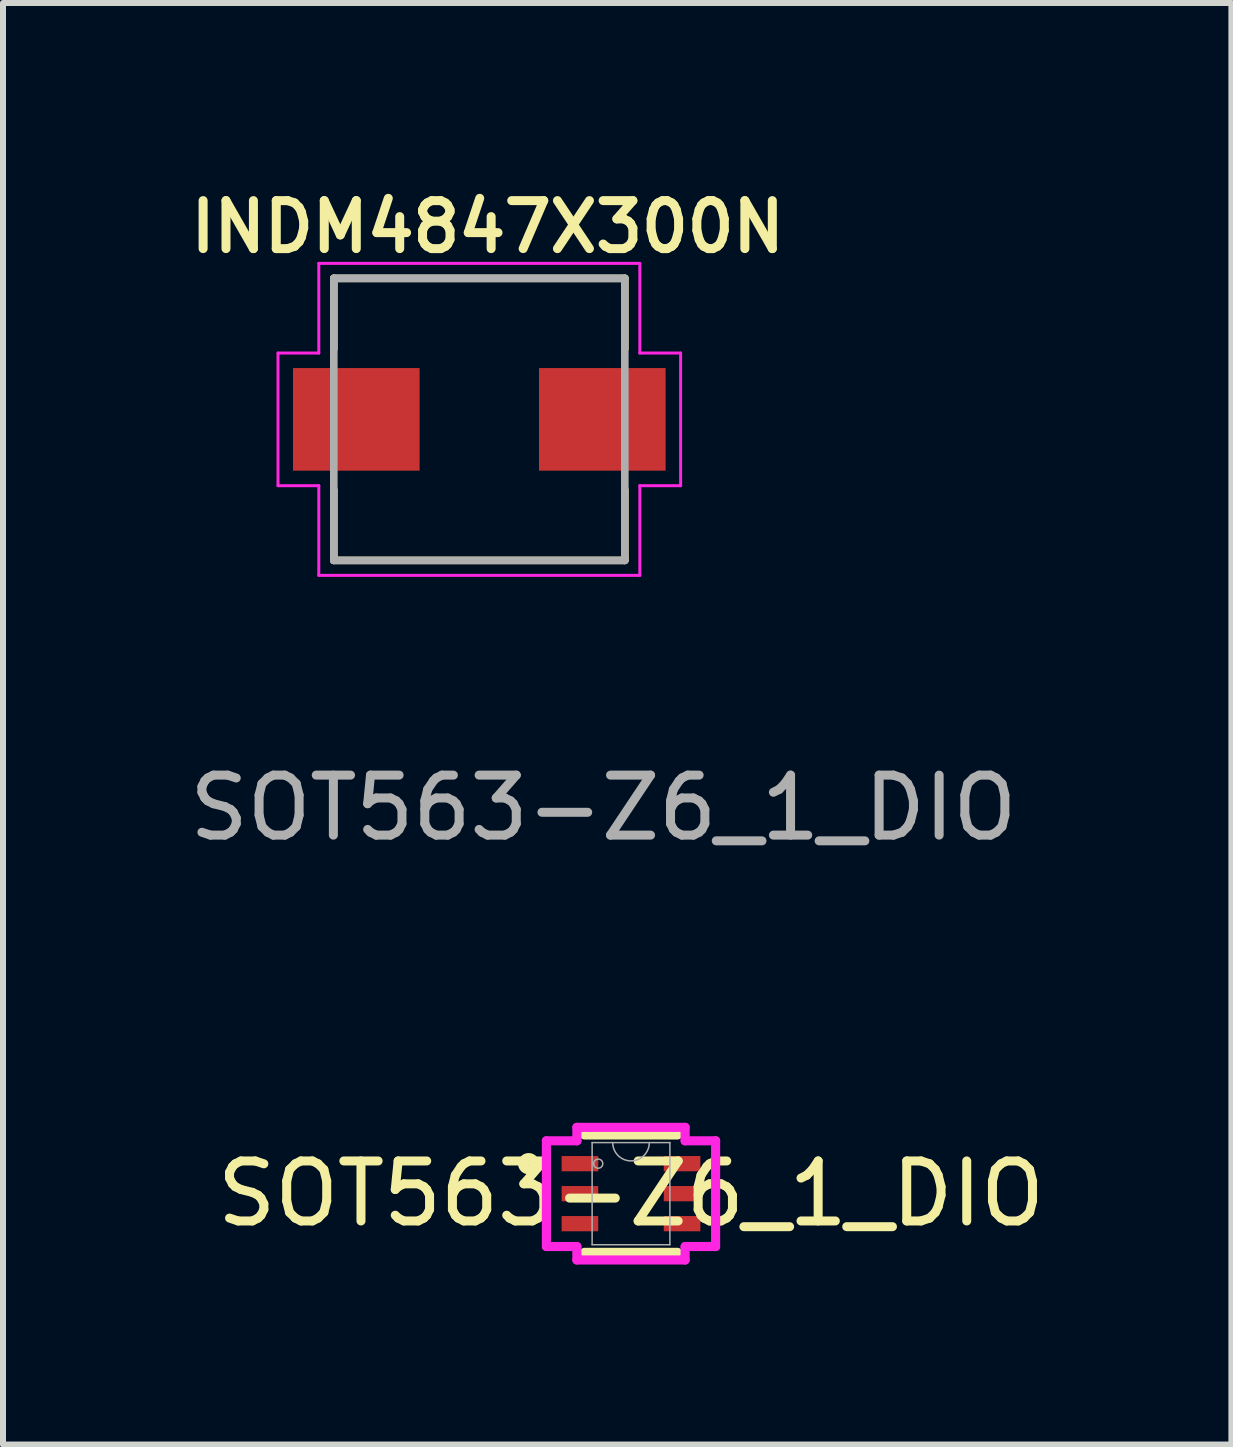
<source format=kicad_pcb>
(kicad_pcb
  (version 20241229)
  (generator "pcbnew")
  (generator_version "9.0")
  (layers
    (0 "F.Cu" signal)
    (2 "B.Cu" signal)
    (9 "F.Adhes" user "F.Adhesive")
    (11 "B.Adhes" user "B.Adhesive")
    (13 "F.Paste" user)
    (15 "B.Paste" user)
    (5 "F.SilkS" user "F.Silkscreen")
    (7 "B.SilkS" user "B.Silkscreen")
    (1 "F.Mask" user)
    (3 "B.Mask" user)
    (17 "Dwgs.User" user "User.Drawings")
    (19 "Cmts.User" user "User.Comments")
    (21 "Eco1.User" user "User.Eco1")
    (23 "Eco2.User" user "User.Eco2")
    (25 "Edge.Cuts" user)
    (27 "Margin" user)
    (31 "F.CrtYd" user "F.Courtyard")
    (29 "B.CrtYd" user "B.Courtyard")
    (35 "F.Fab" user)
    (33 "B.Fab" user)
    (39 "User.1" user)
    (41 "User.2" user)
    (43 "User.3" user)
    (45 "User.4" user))
  (footprint "INDM4847X300N"
    (layer "F.Cu")
    (at 4.938 3.939)
    (property "Reference" "INDM4847X300N" (at 0.14 -3.208 0) (layer "F.SilkS") (effects (font (size 0.8 0.8) (thickness 0.15))))
    (attr smd)
    (fp_line (start -2.425 -2.35) (end 2.425 -2.35) (stroke (width 0.127) (type solid)) (layer "F.SilkS"))
    (fp_line (start -2.425 -1.175) (end -2.425 -2.35) (stroke (width 0.127) (type solid)) (layer "F.SilkS"))
    (fp_line (start -2.425 2.35) (end -2.425 1.175) (stroke (width 0.127) (type solid)) (layer "F.SilkS"))
    (fp_line (start 2.425 -2.35) (end 2.425 -1.175) (stroke (width 0.127) (type solid)) (layer "F.SilkS"))
    (fp_line (start 2.425 1.175) (end 2.425 2.35) (stroke (width 0.127) (type solid)) (layer "F.SilkS"))
    (fp_line (start 2.425 2.35) (end -2.425 2.35) (stroke (width 0.127) (type solid)) (layer "F.SilkS"))
    (fp_line (start -3.355 -1.105) (end -3.355 1.105) (stroke (width 0.05) (type solid)) (layer "F.CrtYd"))
    (fp_line (start -3.355 1.105) (end -2.675 1.105) (stroke (width 0.05) (type solid)) (layer "F.CrtYd"))
    (fp_line (start -2.675 -2.6) (end 2.675 -2.6) (stroke (width 0.05) (type solid)) (layer "F.CrtYd"))
    (fp_line (start -2.675 -1.105) (end -3.355 -1.105) (stroke (width 0.05) (type solid)) (layer "F.CrtYd"))
    (fp_line (start -2.675 -1.105) (end -2.675 -2.6) (stroke (width 0.05) (type solid)) (layer "F.CrtYd"))
    (fp_line (start -2.675 1.105) (end -2.675 2.6) (stroke (width 0.05) (type solid)) (layer "F.CrtYd"))
    (fp_line (start -2.675 2.6) (end 2.675 2.6) (stroke (width 0.05) (type solid)) (layer "F.CrtYd"))
    (fp_line (start 2.675 -1.105) (end 2.675 -2.6) (stroke (width 0.05) (type solid)) (layer "F.CrtYd"))
    (fp_line (start 2.675 1.105) (end 3.355 1.105) (stroke (width 0.05) (type solid)) (layer "F.CrtYd"))
    (fp_line (start 2.675 2.6) (end 2.675 1.105) (stroke (width 0.05) (type solid)) (layer "F.CrtYd"))
    (fp_line (start 3.355 -1.105) (end 2.675 -1.105) (stroke (width 0.05) (type solid)) (layer "F.CrtYd"))
    (fp_line (start 3.355 1.105) (end 3.355 -1.105) (stroke (width 0.05) (type solid)) (layer "F.CrtYd"))
    (fp_line (start -2.425 -2.35) (end 2.425 -2.35) (stroke (width 0.127) (type solid)) (layer "F.Fab"))
    (fp_line (start -2.425 2.35) (end -2.425 -2.35) (stroke (width 0.127) (type solid)) (layer "F.Fab"))
    (fp_line (start 2.425 -2.35) (end 2.425 2.35) (stroke (width 0.127) (type solid)) (layer "F.Fab"))
    (fp_line (start 2.425 2.35) (end -2.425 2.35) (stroke (width 0.127) (type solid)) (layer "F.Fab"))
    (pad "1" smd rect (at -2.05 0) (size 2.11 1.71) (layers "F.Cu" "F.Mask" "F.Paste"))
    (pad "2" smd rect (at 2.05 0) (size 2.11 1.71) (layers "F.Cu" "F.Mask" "F.Paste")))
  (footprint "SOT563-Z6_1_DIO"
    (layer "F.Cu")
    (at 7.466 16.843)
    (property "Reference" "SOT563-Z6_1_DIO" (at 0 0 0) (unlocked yes) (layer "F.SilkS") (effects (font (size 1 1) (thickness 0.15))))
    (attr smd)
    (fp_line (start -0.775 0.978) (end 0.775 0.978) (stroke (width 0.152) (type solid)) (layer "F.SilkS"))
    (fp_line (start 0.775 -0.978) (end -0.775 -0.978) (stroke (width 0.152) (type solid)) (layer "F.SilkS"))
    (fp_circle (center -1.706 -0.5) (end -1.605 -0.5) (stroke (width 0.152) (type solid)) (fill no) (layer "F.SilkS"))
    (fp_line (start -1.41 -0.881) (end -0.902 -0.881) (stroke (width 0.152) (type solid)) (layer "F.CrtYd"))
    (fp_line (start -1.41 0.881) (end -1.41 -0.881) (stroke (width 0.152) (type solid)) (layer "F.CrtYd"))
    (fp_line (start -1.41 0.881) (end -0.902 0.881) (stroke (width 0.152) (type solid)) (layer "F.CrtYd"))
    (fp_line (start -0.902 -1.105) (end 0.902 -1.105) (stroke (width 0.152) (type solid)) (layer "F.CrtYd"))
    (fp_line (start -0.902 -0.881) (end -0.902 -1.105) (stroke (width 0.152) (type solid)) (layer "F.CrtYd"))
    (fp_line (start -0.902 1.105) (end -0.902 0.881) (stroke (width 0.152) (type solid)) (layer "F.CrtYd"))
    (fp_line (start 0.902 -1.105) (end 0.902 -0.881) (stroke (width 0.152) (type solid)) (layer "F.CrtYd"))
    (fp_line (start 0.902 0.881) (end 0.902 1.105) (stroke (width 0.152) (type solid)) (layer "F.CrtYd"))
    (fp_line (start 0.902 1.105) (end -0.902 1.105) (stroke (width 0.152) (type solid)) (layer "F.CrtYd"))
    (fp_line (start 1.41 -0.881) (end 0.902 -0.881) (stroke (width 0.152) (type solid)) (layer "F.CrtYd"))
    (fp_line (start 1.41 -0.881) (end 1.41 0.881) (stroke (width 0.152) (type solid)) (layer "F.CrtYd"))
    (fp_line (start 1.41 0.881) (end 0.902 0.881) (stroke (width 0.152) (type solid)) (layer "F.CrtYd"))
    (fp_line (start -0.648 -0.851) (end -0.648 0.851) (stroke (width 0.025) (type solid)) (layer "F.Fab"))
    (fp_line (start -0.648 0.851) (end 0.648 0.851) (stroke (width 0.025) (type solid)) (layer "F.Fab"))
    (fp_line (start 0.648 -0.851) (end -0.648 -0.851) (stroke (width 0.025) (type solid)) (layer "F.Fab"))
    (fp_line (start 0.648 0.851) (end 0.648 -0.851) (stroke (width 0.025) (type solid)) (layer "F.Fab"))
    (fp_arc (start 0.3048 -0.8509) (mid 0 -0.5461) (end -0.3048 -0.8509) (stroke (width 0.0254) (type solid)) (layer "F.Fab"))
    (fp_circle (center -0.546 -0.5) (end -0.47 -0.5) (stroke (width 0.025) (type solid)) (fill no) (layer "F.Fab"))
    (fp_text user "${REFERENCE}" (at -0.46 -6.43 0) (unlocked yes) (layer "F.Fab") (effects (font (size 1 1) (thickness 0.15))))
    (pad "1" smd rect (at -0.851 -0.5) (size 0.61 0.254) (layers "F.Cu" "F.Mask" "F.Paste"))
    (pad "2" smd rect (at -0.851 0) (size 0.61 0.254) (layers "F.Cu" "F.Mask" "F.Paste"))
    (pad "3" smd rect (at -0.851 0.5) (size 0.61 0.254) (layers "F.Cu" "F.Mask" "F.Paste"))
    (pad "4" smd rect (at 0.851 0.5) (size 0.61 0.254) (layers "F.Cu" "F.Mask" "F.Paste"))
    (pad "5" smd rect (at 0.851 0) (size 0.61 0.254) (layers "F.Cu" "F.Mask" "F.Paste"))
    (pad "6" smd rect (at 0.851 -0.5) (size 0.61 0.254) (layers "F.Cu" "F.Mask" "F.Paste")))
  (gr_rect
    (start -3 -3)
    (end 17.472 21.024)
    (stroke (width 0.1) (type default))
    (fill no)
    (layer "Edge.Cuts")))
</source>
